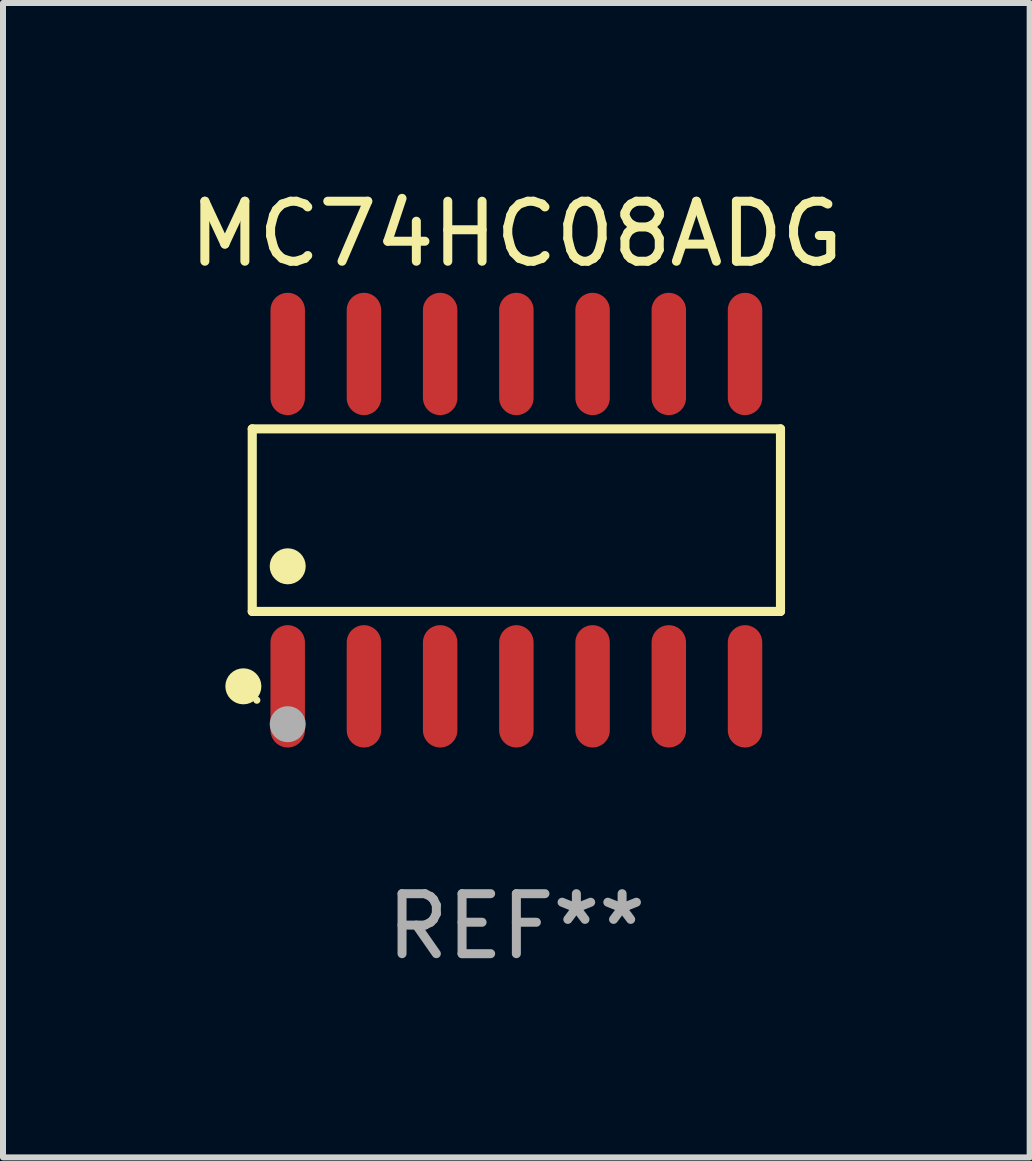
<source format=kicad_pcb>
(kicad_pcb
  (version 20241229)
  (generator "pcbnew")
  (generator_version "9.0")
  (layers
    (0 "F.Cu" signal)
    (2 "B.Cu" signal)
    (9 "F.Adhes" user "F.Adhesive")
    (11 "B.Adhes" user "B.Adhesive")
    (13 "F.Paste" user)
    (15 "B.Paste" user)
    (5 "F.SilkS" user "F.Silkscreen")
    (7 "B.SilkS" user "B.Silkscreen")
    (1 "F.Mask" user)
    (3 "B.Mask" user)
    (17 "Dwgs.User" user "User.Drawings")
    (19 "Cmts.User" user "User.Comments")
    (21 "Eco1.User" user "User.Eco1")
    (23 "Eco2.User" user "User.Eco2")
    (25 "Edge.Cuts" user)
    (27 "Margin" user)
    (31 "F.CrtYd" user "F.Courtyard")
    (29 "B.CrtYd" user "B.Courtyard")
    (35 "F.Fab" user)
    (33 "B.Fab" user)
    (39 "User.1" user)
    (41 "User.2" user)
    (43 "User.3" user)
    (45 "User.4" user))
  (footprint "MC74HC08ADG"
    (layer "F.Cu")
    (at 5.554 5.617)
    (property "Reference" "MC74HC08ADG" (at 0 -4.769 0) (layer "F.SilkS") (effects (font (size 1 1) (thickness 0.15))))
    (attr through_hole)
    (fp_line (start -4.401 -1.521) (end 4.401 -1.521) (stroke (width 0.152) (type solid)) (layer "F.SilkS"))
    (fp_line (start -4.401 1.521) (end -4.401 -1.521) (stroke (width 0.152) (type solid)) (layer "F.SilkS"))
    (fp_line (start 4.401 -1.521) (end 4.401 1.521) (stroke (width 0.152) (type solid)) (layer "F.SilkS"))
    (fp_line (start 4.401 1.521) (end -4.401 1.521) (stroke (width 0.152) (type solid)) (layer "F.SilkS"))
    (fp_circle (center -4.549 2.769) (end -4.399 2.769) (stroke (width 0.3) (type solid)) (fill no) (layer "F.SilkS"))
    (fp_circle (center -4.325 3) (end -4.295 3) (stroke (width 0.06) (type solid)) (fill no) (layer "F.SilkS"))
    (fp_circle (center -3.81 0.769) (end -3.66 0.769) (stroke (width 0.3) (type solid)) (fill no) (layer "F.SilkS"))
    (fp_circle (center -3.81 3.4) (end -3.66 3.4) (stroke (width 0.3) (type solid)) (fill no) (layer "F.Fab"))
    (fp_text user "REF**" (at 0 6.769 0) (layer "F.Fab") (effects (font (size 1 1) (thickness 0.15))))
    (pad "1" smd oval (at -3.81 2.769) (size 0.574 2.038) (layers "F.Cu" "F.Mask" "F.Paste"))
    (pad "2" smd oval (at -2.54 2.769) (size 0.574 2.038) (layers "F.Cu" "F.Mask" "F.Paste"))
    (pad "3" smd oval (at -1.27 2.769) (size 0.574 2.038) (layers "F.Cu" "F.Mask" "F.Paste"))
    (pad "4" smd oval (at 0 2.769) (size 0.574 2.038) (layers "F.Cu" "F.Mask" "F.Paste"))
    (pad "5" smd oval (at 1.27 2.769) (size 0.574 2.038) (layers "F.Cu" "F.Mask" "F.Paste"))
    (pad "6" smd oval (at 2.54 2.769) (size 0.574 2.038) (layers "F.Cu" "F.Mask" "F.Paste"))
    (pad "7" smd oval (at 3.81 2.769) (size 0.574 2.038) (layers "F.Cu" "F.Mask" "F.Paste"))
    (pad "8" smd oval (at 3.81 -2.769) (size 0.574 2.038) (layers "F.Cu" "F.Mask" "F.Paste"))
    (pad "9" smd oval (at 2.54 -2.769) (size 0.574 2.038) (layers "F.Cu" "F.Mask" "F.Paste"))
    (pad "10" smd oval (at 1.27 -2.769) (size 0.574 2.038) (layers "F.Cu" "F.Mask" "F.Paste"))
    (pad "11" smd oval (at 0 -2.769) (size 0.574 2.038) (layers "F.Cu" "F.Mask" "F.Paste"))
    (pad "12" smd oval (at -1.27 -2.769) (size 0.574 2.038) (layers "F.Cu" "F.Mask" "F.Paste"))
    (pad "13" smd oval (at -2.54 -2.769) (size 0.574 2.038) (layers "F.Cu" "F.Mask" "F.Paste"))
    (pad "14" smd oval (at -3.81 -2.769) (size 0.574 2.038) (layers "F.Cu" "F.Mask" "F.Paste")))
  (gr_rect
    (start -3 -3)
    (end 14.107 16.235)
    (stroke (width 0.1) (type default))
    (fill no)
    (layer "Edge.Cuts")))
</source>
